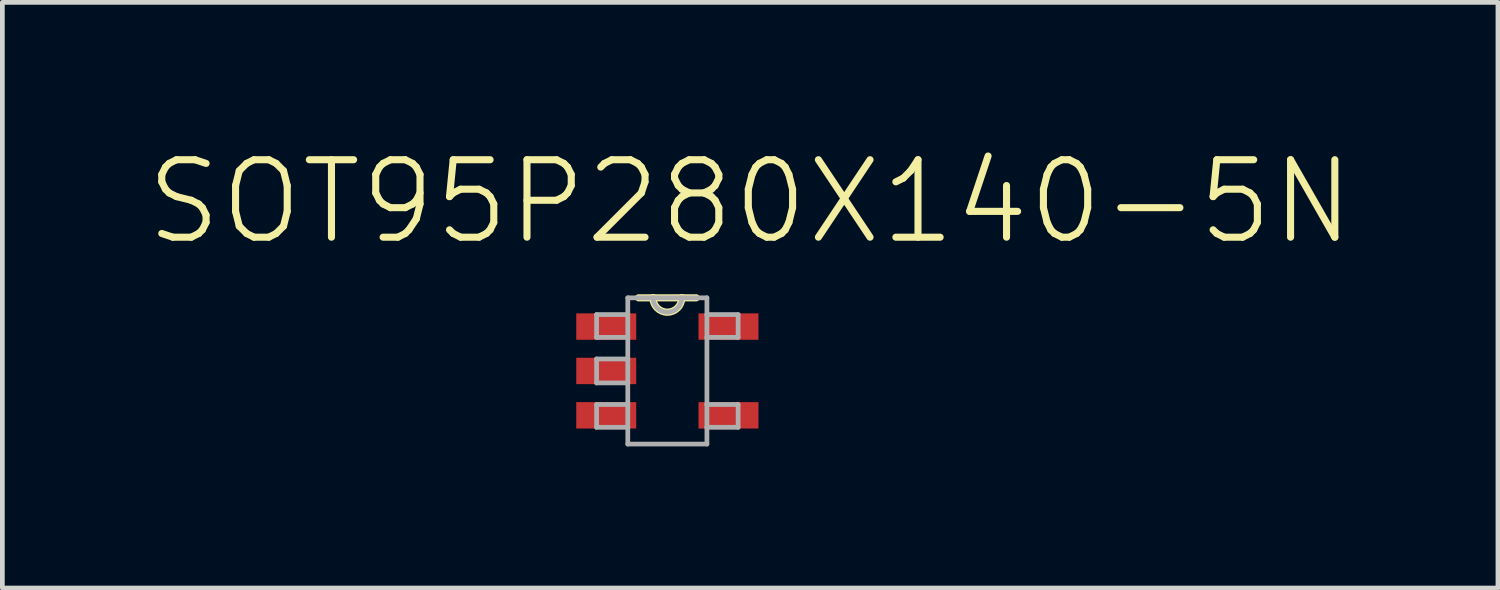
<source format=kicad_pcb>
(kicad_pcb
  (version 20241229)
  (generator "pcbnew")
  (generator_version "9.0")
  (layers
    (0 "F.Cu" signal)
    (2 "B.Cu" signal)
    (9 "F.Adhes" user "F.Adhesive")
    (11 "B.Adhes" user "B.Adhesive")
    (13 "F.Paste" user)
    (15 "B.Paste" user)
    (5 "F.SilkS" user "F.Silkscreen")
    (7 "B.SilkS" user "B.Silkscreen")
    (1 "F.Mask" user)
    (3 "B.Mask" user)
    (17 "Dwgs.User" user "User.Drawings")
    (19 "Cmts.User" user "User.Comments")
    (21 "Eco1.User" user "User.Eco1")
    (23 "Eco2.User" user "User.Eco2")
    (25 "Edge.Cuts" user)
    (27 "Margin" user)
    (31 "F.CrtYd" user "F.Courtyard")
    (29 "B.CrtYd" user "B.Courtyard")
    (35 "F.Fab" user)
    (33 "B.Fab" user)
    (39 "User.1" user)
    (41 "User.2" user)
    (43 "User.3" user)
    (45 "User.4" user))
  (footprint "SOT95P280X140-5N"
    (layer "F.Cu")
    (at 11.087 4.808)
    (property "Reference" "SOT95P280X140-5N" (at 1.754 -3.585 0) (layer "F.SilkS") (effects (font (size 1.641 1.641) (thickness 0.15))))
    (attr through_hole)
    (fp_line (start -0.305 -1.549) (end -0.61 -1.549) (stroke (width 0.152) (type solid)) (layer "F.SilkS"))
    (fp_line (start 0.305 -1.549) (end -0.305 -1.549) (stroke (width 0.152) (type solid)) (layer "F.SilkS"))
    (fp_line (start 0.61 -1.549) (end 0.305 -1.549) (stroke (width 0.152) (type solid)) (layer "F.SilkS"))
    (fp_arc (start 0.3048 -1.5494) (mid 0 -1.2446) (end -0.3048 -1.5494) (stroke (width 0.1524) (type solid)) (layer "F.SilkS"))
    (fp_line (start -1.499 -1.194) (end -1.499 -0.711) (stroke (width 0.1) (type solid)) (layer "F.Fab"))
    (fp_line (start -1.499 -0.711) (end -0.838 -0.711) (stroke (width 0.1) (type solid)) (layer "F.Fab"))
    (fp_line (start -1.499 -0.254) (end -1.499 0.254) (stroke (width 0.1) (type solid)) (layer "F.Fab"))
    (fp_line (start -1.499 0.254) (end -0.838 0.254) (stroke (width 0.1) (type solid)) (layer "F.Fab"))
    (fp_line (start -1.499 0.711) (end -1.499 1.194) (stroke (width 0.1) (type solid)) (layer "F.Fab"))
    (fp_line (start -1.499 1.194) (end -0.838 1.194) (stroke (width 0.1) (type solid)) (layer "F.Fab"))
    (fp_line (start -0.838 -1.549) (end -0.838 -1.194) (stroke (width 0.1) (type solid)) (layer "F.Fab"))
    (fp_line (start -0.838 -1.194) (end -1.499 -1.194) (stroke (width 0.1) (type solid)) (layer "F.Fab"))
    (fp_line (start -0.838 -1.194) (end -0.838 -0.711) (stroke (width 0.1) (type solid)) (layer "F.Fab"))
    (fp_line (start -0.838 -0.711) (end -0.838 -0.254) (stroke (width 0.1) (type solid)) (layer "F.Fab"))
    (fp_line (start -0.838 -0.254) (end -1.499 -0.254) (stroke (width 0.1) (type solid)) (layer "F.Fab"))
    (fp_line (start -0.838 -0.254) (end -0.838 0.254) (stroke (width 0.1) (type solid)) (layer "F.Fab"))
    (fp_line (start -0.838 0.254) (end -0.838 0.711) (stroke (width 0.1) (type solid)) (layer "F.Fab"))
    (fp_line (start -0.838 0.711) (end -1.499 0.711) (stroke (width 0.1) (type solid)) (layer "F.Fab"))
    (fp_line (start -0.838 1.194) (end -0.838 0.711) (stroke (width 0.1) (type solid)) (layer "F.Fab"))
    (fp_line (start -0.838 1.549) (end -0.838 1.194) (stroke (width 0.1) (type solid)) (layer "F.Fab"))
    (fp_line (start -0.838 1.549) (end 0.838 1.549) (stroke (width 0.1) (type solid)) (layer "F.Fab"))
    (fp_line (start -0.305 -1.549) (end -0.838 -1.549) (stroke (width 0.1) (type solid)) (layer "F.Fab"))
    (fp_line (start 0.305 -1.549) (end -0.305 -1.549) (stroke (width 0.1) (type solid)) (layer "F.Fab"))
    (fp_line (start 0.838 -1.549) (end 0.305 -1.549) (stroke (width 0.1) (type solid)) (layer "F.Fab"))
    (fp_line (start 0.838 -1.549) (end 0.838 -1.194) (stroke (width 0.1) (type solid)) (layer "F.Fab"))
    (fp_line (start 0.838 -1.194) (end 0.838 -0.711) (stroke (width 0.1) (type solid)) (layer "F.Fab"))
    (fp_line (start 0.838 -0.711) (end 1.499 -0.711) (stroke (width 0.1) (type solid)) (layer "F.Fab"))
    (fp_line (start 0.838 0.711) (end 0.838 -0.711) (stroke (width 0.1) (type solid)) (layer "F.Fab"))
    (fp_line (start 0.838 1.194) (end 0.838 0.711) (stroke (width 0.1) (type solid)) (layer "F.Fab"))
    (fp_line (start 0.838 1.194) (end 1.499 1.194) (stroke (width 0.1) (type solid)) (layer "F.Fab"))
    (fp_line (start 0.838 1.549) (end 0.838 1.194) (stroke (width 0.1) (type solid)) (layer "F.Fab"))
    (fp_line (start 1.499 -1.194) (end 0.838 -1.194) (stroke (width 0.1) (type solid)) (layer "F.Fab"))
    (fp_line (start 1.499 -0.711) (end 1.499 -1.194) (stroke (width 0.1) (type solid)) (layer "F.Fab"))
    (fp_line (start 1.499 0.711) (end 0.838 0.711) (stroke (width 0.1) (type solid)) (layer "F.Fab"))
    (fp_line (start 1.499 1.194) (end 1.499 0.711) (stroke (width 0.1) (type solid)) (layer "F.Fab"))
    (fp_arc (start 0.3048 -1.5494) (mid 0 -1.2446) (end -0.3048 -1.5494) (stroke (width 0.1) (type solid)) (layer "F.Fab"))
    (pad "1" smd rect (at -1.295 -0.94) (size 1.27 0.559) (layers "F.Cu" "F.Mask" "F.Paste"))
    (pad "2" smd rect (at -1.295 0) (size 1.27 0.559) (layers "F.Cu" "F.Mask" "F.Paste"))
    (pad "3" smd rect (at -1.295 0.94) (size 1.27 0.559) (layers "F.Cu" "F.Mask" "F.Paste"))
    (pad "4" smd rect (at 1.295 0.94) (size 1.27 0.559) (layers "F.Cu" "F.Mask" "F.Paste"))
    (pad "5" smd rect (at 1.295 -0.94) (size 1.27 0.559) (layers "F.Cu" "F.Mask" "F.Paste")))
  (gr_rect
    (start -3 -3)
    (end 28.682 9.407)
    (stroke (width 0.1) (type default))
    (fill no)
    (layer "Edge.Cuts")))
</source>
